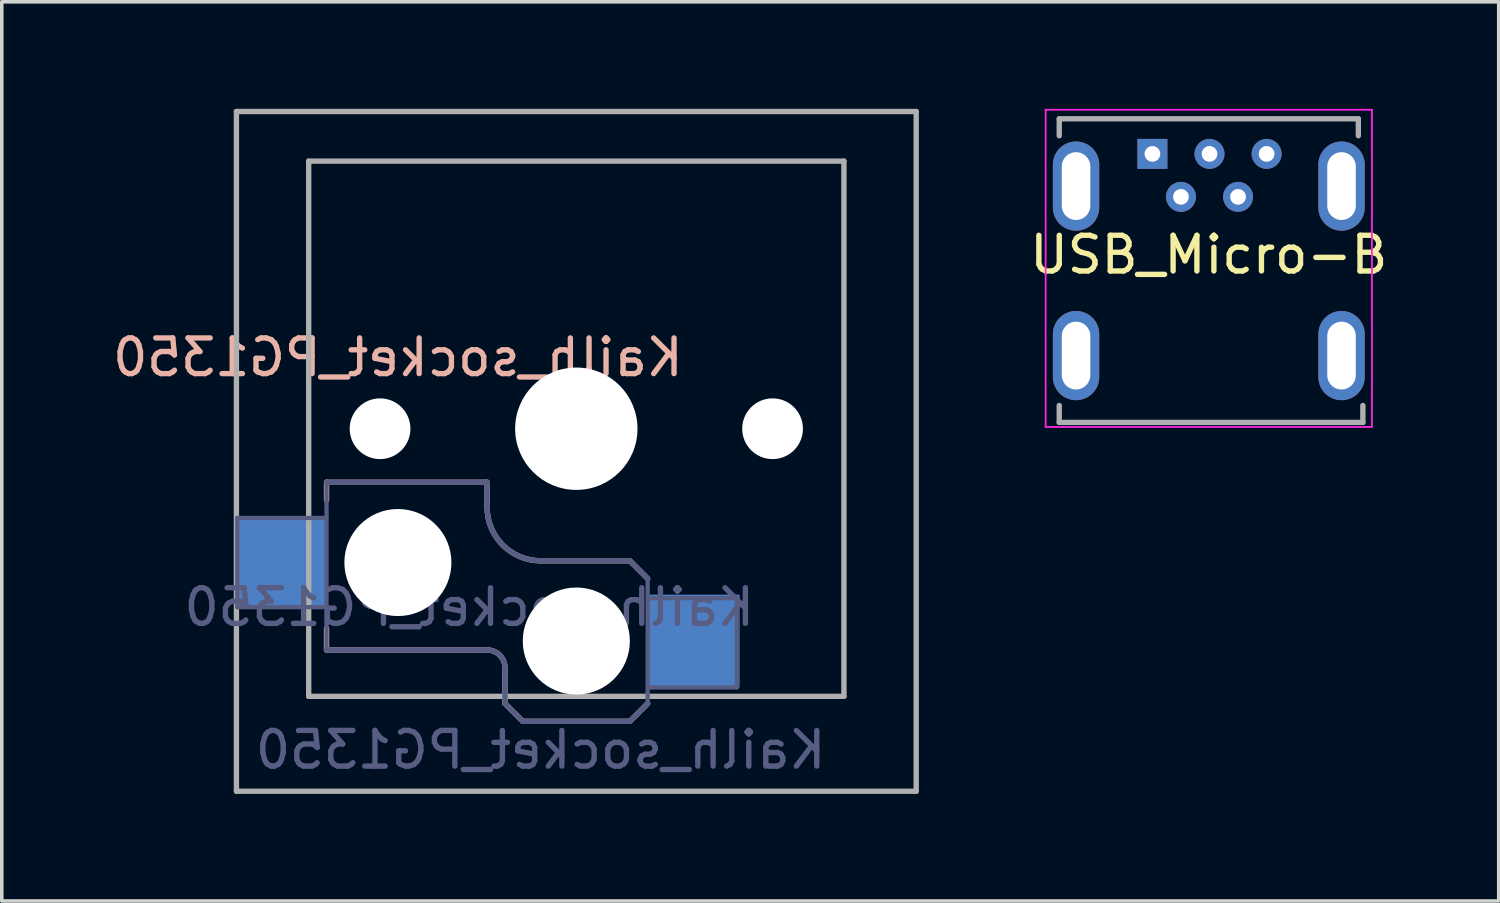
<source format=kicad_pcb>
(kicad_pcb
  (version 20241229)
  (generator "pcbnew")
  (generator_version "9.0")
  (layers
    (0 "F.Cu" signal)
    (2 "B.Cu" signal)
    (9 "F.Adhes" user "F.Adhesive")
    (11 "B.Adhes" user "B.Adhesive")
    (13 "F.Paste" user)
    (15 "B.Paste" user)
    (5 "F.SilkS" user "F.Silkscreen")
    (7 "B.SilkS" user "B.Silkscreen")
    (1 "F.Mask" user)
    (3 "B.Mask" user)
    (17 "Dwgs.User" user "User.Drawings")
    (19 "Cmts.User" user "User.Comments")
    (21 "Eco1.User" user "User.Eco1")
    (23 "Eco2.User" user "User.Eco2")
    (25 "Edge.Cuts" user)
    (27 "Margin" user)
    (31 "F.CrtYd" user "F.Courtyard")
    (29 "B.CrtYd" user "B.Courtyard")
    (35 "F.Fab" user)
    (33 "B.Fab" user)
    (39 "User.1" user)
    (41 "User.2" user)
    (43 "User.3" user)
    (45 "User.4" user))
  (footprint "Kailh_socket_PG1350"
    (layer "F.Cu")
    (at 13.101 8.965)
    (property "Reference" "Kailh_socket_PG1350" (at -5 -2 0) (layer "B.SilkS") (effects (font (size 1 1) (thickness 0.15)) (justify mirror)))
    (property "Value" "Kailh_socket_PG1350" (at 0 8.255 0) (layer "F.Fab") (hide yes) (effects (font (size 1 1) (thickness 0.15))))
    (attr smd)
    (fp_line (start -7 1.5) (end -7 2) (stroke (width 0.15) (type solid)) (layer "B.SilkS"))
    (fp_line (start -7 5.6) (end -7 6.2) (stroke (width 0.15) (type solid)) (layer "B.SilkS"))
    (fp_line (start -7 6.2) (end -2.5 6.2) (stroke (width 0.15) (type solid)) (layer "B.SilkS"))
    (fp_line (start -2.5 1.5) (end -7 1.5) (stroke (width 0.15) (type solid)) (layer "B.SilkS"))
    (fp_line (start -2.5 2.2) (end -2.5 1.5) (stroke (width 0.15) (type solid)) (layer "B.SilkS"))
    (fp_line (start -2 6.7) (end -2 7.7) (stroke (width 0.15) (type solid)) (layer "B.SilkS"))
    (fp_line (start -1.5 8.2) (end -2 7.7) (stroke (width 0.15) (type solid)) (layer "B.SilkS"))
    (fp_line (start 1.5 3.7) (end -1 3.7) (stroke (width 0.15) (type solid)) (layer "B.SilkS"))
    (fp_line (start 1.5 8.2) (end -1.5 8.2) (stroke (width 0.15) (type solid)) (layer "B.SilkS"))
    (fp_line (start 2 4.2) (end 1.5 3.7) (stroke (width 0.15) (type solid)) (layer "B.SilkS"))
    (fp_line (start 2 7.7) (end 1.5 8.2) (stroke (width 0.15) (type solid)) (layer "B.SilkS"))
    (fp_arc (start -2.5 6.2) (mid -2.146447 6.346447) (end -2 6.7) (stroke (width 0.15) (type solid)) (layer "B.SilkS"))
    (fp_arc (start -1 3.7) (mid -2.06066 3.26066) (end -2.5 2.2) (stroke (width 0.15) (type solid)) (layer "B.SilkS"))
    (fp_line (start -6.9 6.9) (end -6.9 -6.9) (stroke (width 0.15) (type solid)) (layer "Eco2.User"))
    (fp_line (start -6.9 6.9) (end 6.9 6.9) (stroke (width 0.15) (type solid)) (layer "Eco2.User"))
    (fp_line (start -2.6 -3.1) (end -2.6 -6.3) (stroke (width 0.15) (type solid)) (layer "Eco2.User"))
    (fp_line (start -2.6 -3.1) (end 2.6 -3.1) (stroke (width 0.15) (type solid)) (layer "Eco2.User"))
    (fp_line (start 2.6 -6.3) (end -2.6 -6.3) (stroke (width 0.15) (type solid)) (layer "Eco2.User"))
    (fp_line (start 2.6 -3.1) (end 2.6 -6.3) (stroke (width 0.15) (type solid)) (layer "Eco2.User"))
    (fp_line (start 6.9 -6.9) (end -6.9 -6.9) (stroke (width 0.15) (type solid)) (layer "Eco2.User"))
    (fp_line (start 6.9 -6.9) (end 6.9 6.9) (stroke (width 0.15) (type solid)) (layer "Eco2.User"))
    (fp_line (start -9.5 2.5) (end -7 2.5) (stroke (width 0.12) (type solid)) (layer "B.Fab"))
    (fp_line (start -9.5 5) (end -9.5 2.5) (stroke (width 0.12) (type solid)) (layer "B.Fab"))
    (fp_line (start -7 1.5) (end -7 6.2) (stroke (width 0.12) (type solid)) (layer "B.Fab"))
    (fp_line (start -7 5) (end -9.5 5) (stroke (width 0.12) (type solid)) (layer "B.Fab"))
    (fp_line (start -7 6.2) (end -2.5 6.2) (stroke (width 0.15) (type solid)) (layer "B.Fab"))
    (fp_line (start -2.5 1.5) (end -7 1.5) (stroke (width 0.15) (type solid)) (layer "B.Fab"))
    (fp_line (start -2.5 2.2) (end -2.5 1.5) (stroke (width 0.15) (type solid)) (layer "B.Fab"))
    (fp_line (start -2 6.7) (end -2 7.7) (stroke (width 0.15) (type solid)) (layer "B.Fab"))
    (fp_line (start -1.5 8.2) (end -2 7.7) (stroke (width 0.15) (type solid)) (layer "B.Fab"))
    (fp_line (start 1.5 3.7) (end -1 3.7) (stroke (width 0.15) (type solid)) (layer "B.Fab"))
    (fp_line (start 1.5 8.2) (end -1.5 8.2) (stroke (width 0.15) (type solid)) (layer "B.Fab"))
    (fp_line (start 2 4.2) (end 1.5 3.7) (stroke (width 0.15) (type solid)) (layer "B.Fab"))
    (fp_line (start 2 4.25) (end 2 7.7) (stroke (width 0.12) (type solid)) (layer "B.Fab"))
    (fp_line (start 2 4.75) (end 4.5 4.75) (stroke (width 0.12) (type solid)) (layer "B.Fab"))
    (fp_line (start 2 7.7) (end 1.5 8.2) (stroke (width 0.15) (type solid)) (layer "B.Fab"))
    (fp_line (start 4.5 4.75) (end 4.5 7.25) (stroke (width 0.12) (type solid)) (layer "B.Fab"))
    (fp_line (start 4.5 7.25) (end 2 7.25) (stroke (width 0.12) (type solid)) (layer "B.Fab"))
    (fp_arc (start -2.5 6.2) (mid -2.146447 6.346447) (end -2 6.7) (stroke (width 0.15) (type solid)) (layer "B.Fab"))
    (fp_arc (start -1 3.7) (mid -2.06066 3.26066) (end -2.5 2.2) (stroke (width 0.15) (type solid)) (layer "B.Fab"))
    (fp_line (start -9.525 -8.89) (end 9.525 -8.89) (stroke (width 0.15) (type solid)) (layer "F.Fab"))
    (fp_line (start -9.525 10.16) (end -9.525 -8.89) (stroke (width 0.15) (type solid)) (layer "F.Fab"))
    (fp_line (start -9.525 10.16) (end 9.525 10.16) (stroke (width 0.15) (type solid)) (layer "F.Fab"))
    (fp_line (start -7.5 -7.5) (end 7.5 -7.5) (stroke (width 0.15) (type solid)) (layer "F.Fab"))
    (fp_line (start -7.5 7.5) (end -7.5 -7.5) (stroke (width 0.15) (type solid)) (layer "F.Fab"))
    (fp_line (start 7.5 -7.5) (end 7.5 7.5) (stroke (width 0.15) (type solid)) (layer "F.Fab"))
    (fp_line (start 7.5 7.5) (end -7.5 7.5) (stroke (width 0.15) (type solid)) (layer "F.Fab"))
    (fp_line (start 9.525 10.16) (end 9.525 -8.89) (stroke (width 0.15) (type solid)) (layer "F.Fab"))
    (fp_text user "${REFERENCE}" (at -3 5 0) (layer "B.Fab") (effects (font (size 1 1) (thickness 0.15)) (justify mirror)))
    (fp_text user "${VALUE}" (at -1 9 0) (layer "B.Fab") (effects (font (size 1 1) (thickness 0.15)) (justify mirror)))
    (pad "" np_thru_hole circle (at -5.5 0) (size 1.702 1.702) (drill 1.702) (layers "*.Cu" "*.Mask"))
    (pad "" np_thru_hole circle (at -5 3.75) (size 3 3) (drill 3) (layers "*.Cu" "*.Mask"))
    (pad "" np_thru_hole circle (at 0 0) (size 3.429 3.429) (drill 3.429) (layers "*.Cu" "*.Mask"))
    (pad "" np_thru_hole circle (at 0 5.95) (size 3 3) (drill 3) (layers "*.Cu" "*.Mask"))
    (pad "" np_thru_hole circle (at 5.5 0) (size 1.702 1.702) (drill 1.702) (layers "*.Cu" "*.Mask"))
    (pad "1" smd rect (at 3.275 5.95) (size 2.6 2.6) (layers "B.Cu" "B.Mask" "B.Paste"))
    (pad "2" smd rect (at -8.275 3.75) (size 2.6 2.6) (layers "B.Cu" "B.Mask" "B.Paste")))
  (footprint "USB_Micro-B"
    (layer "F.Cu")
    (at 30.826 4.089)
    (property "Reference" "USB_Micro-B" (at 0 0 180) (layer "F.SilkS") (effects (font (size 1 1) (thickness 0.15))))
    (attr through_hole)
    (fp_line (start -4.572 -4.064) (end -4.572 4.826) (stroke (width 0.05) (type solid)) (layer "F.CrtYd"))
    (fp_line (start -4.572 4.826) (end 4.572 4.826) (stroke (width 0.05) (type solid)) (layer "F.CrtYd"))
    (fp_line (start 4.572 -4.064) (end -4.572 -4.064) (stroke (width 0.05) (type solid)) (layer "F.CrtYd"))
    (fp_line (start 4.572 4.826) (end 4.572 -4.064) (stroke (width 0.05) (type solid)) (layer "F.CrtYd"))
    (fp_line (start -4.191 -3.81) (end 4.191 -3.81) (stroke (width 0.15) (type solid)) (layer "F.Fab"))
    (fp_line (start -4.191 -3.335) (end -4.191 -3.81) (stroke (width 0.15) (type solid)) (layer "F.Fab"))
    (fp_line (start -4.191 4.224) (end -4.191 4.699) (stroke (width 0.15) (type solid)) (layer "F.Fab"))
    (fp_line (start -4.191 4.699) (end 4.318 4.699) (stroke (width 0.15) (type solid)) (layer "F.Fab"))
    (fp_line (start 4.191 -3.81) (end 4.191 -3.335) (stroke (width 0.15) (type solid)) (layer "F.Fab"))
    (fp_line (start 4.318 4.699) (end 4.318 4.224) (stroke (width 0.15) (type solid)) (layer "F.Fab"))
    (pad "1" thru_hole rect (at -1.58 -2.826) (size 0.84 0.84) (drill 0.44) (layers "*.Cu" "*.Mask"))
    (pad "2" thru_hole circle (at -0.78 -1.622) (size 0.84 0.84) (drill 0.44) (layers "*.Cu" "*.Mask"))
    (pad "3" thru_hole circle (at 0.02 -2.826) (size 0.84 0.84) (drill 0.44) (layers "*.Cu" "*.Mask"))
    (pad "4" thru_hole circle (at 0.82 -1.622) (size 0.84 0.84) (drill 0.44) (layers "*.Cu" "*.Mask"))
    (pad "5" thru_hole circle (at 1.62 -2.826) (size 0.84 0.84) (drill 0.44) (layers "*.Cu" "*.Mask"))
    (pad "6" thru_hole oval (at -3.72 -1.924) (size 1.3 2.5) (drill oval 0.8 1.9) (layers "*.Cu" "*.Mask"))
    (pad "6" thru_hole oval (at -3.72 2.826) (size 1.3 2.5) (drill oval 0.8 1.9) (layers "*.Cu" "*.Mask"))
    (pad "6" thru_hole oval (at 3.72 -1.924) (size 1.3 2.5) (drill oval 0.8 1.9) (layers "*.Cu" "*.Mask"))
    (pad "6" thru_hole oval (at 3.72 2.826) (size 1.3 2.5) (drill oval 0.8 1.9) (layers "*.Cu" "*.Mask")))
  (gr_rect
    (start -3 -3)
    (end 38.951 22.2)
    (stroke (width 0.1) (type default))
    (fill no)
    (layer "Edge.Cuts")))
</source>
